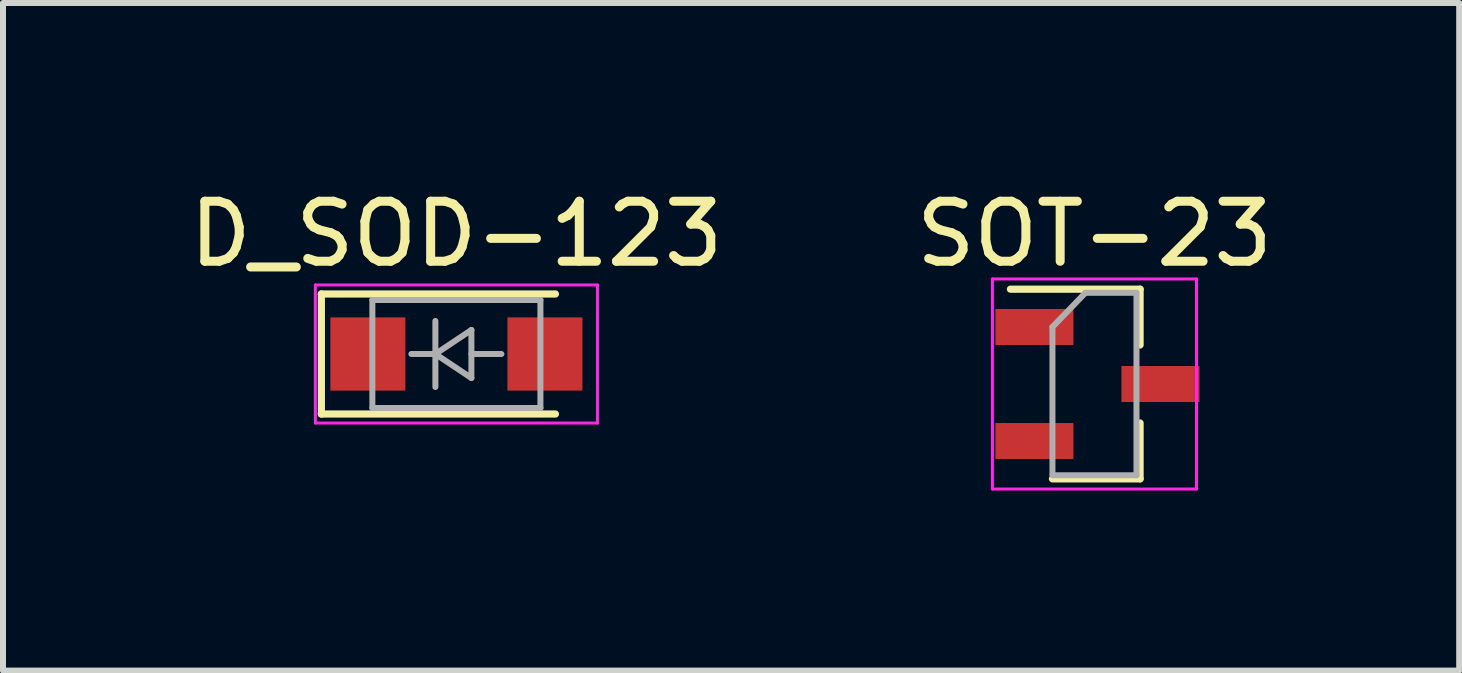
<source format=kicad_pcb>
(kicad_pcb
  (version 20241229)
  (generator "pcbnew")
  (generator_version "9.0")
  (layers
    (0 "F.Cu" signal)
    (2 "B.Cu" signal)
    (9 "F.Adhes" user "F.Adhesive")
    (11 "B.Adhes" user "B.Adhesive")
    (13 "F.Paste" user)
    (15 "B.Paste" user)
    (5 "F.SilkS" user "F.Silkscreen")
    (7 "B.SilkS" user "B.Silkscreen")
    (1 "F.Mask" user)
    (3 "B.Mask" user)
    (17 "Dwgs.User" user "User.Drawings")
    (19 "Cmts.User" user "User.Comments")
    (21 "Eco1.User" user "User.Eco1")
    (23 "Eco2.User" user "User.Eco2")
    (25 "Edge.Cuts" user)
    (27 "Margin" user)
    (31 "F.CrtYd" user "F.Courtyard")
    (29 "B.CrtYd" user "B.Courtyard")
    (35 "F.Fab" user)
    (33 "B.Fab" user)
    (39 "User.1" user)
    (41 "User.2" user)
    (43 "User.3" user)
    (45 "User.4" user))
  (footprint "SOT-23"
    (layer "F.Cu")
    (at 15.185 3.348)
    (property "Reference" "SOT-23" (at 0 -2.5 0) (layer "F.SilkS") (effects (font (size 1 1) (thickness 0.15))))
    (attr smd)
    (fp_line (start 0.76 -1.58) (end -1.4 -1.58) (stroke (width 0.12) (type solid)) (layer "F.SilkS"))
    (fp_line (start 0.76 -1.58) (end 0.76 -0.65) (stroke (width 0.12) (type solid)) (layer "F.SilkS"))
    (fp_line (start 0.76 1.58) (end -0.7 1.58) (stroke (width 0.12) (type solid)) (layer "F.SilkS"))
    (fp_line (start 0.76 1.58) (end 0.76 0.65) (stroke (width 0.12) (type solid)) (layer "F.SilkS"))
    (fp_line (start -1.7 -1.75) (end 1.7 -1.75) (stroke (width 0.05) (type solid)) (layer "F.CrtYd"))
    (fp_line (start -1.7 1.75) (end -1.7 -1.75) (stroke (width 0.05) (type solid)) (layer "F.CrtYd"))
    (fp_line (start 1.7 -1.75) (end 1.7 1.75) (stroke (width 0.05) (type solid)) (layer "F.CrtYd"))
    (fp_line (start 1.7 1.75) (end -1.7 1.75) (stroke (width 0.05) (type solid)) (layer "F.CrtYd"))
    (fp_line (start -0.7 -0.95) (end -0.7 1.5) (stroke (width 0.1) (type solid)) (layer "F.Fab"))
    (fp_line (start -0.7 -0.95) (end -0.15 -1.52) (stroke (width 0.1) (type solid)) (layer "F.Fab"))
    (fp_line (start -0.7 1.52) (end 0.7 1.52) (stroke (width 0.1) (type solid)) (layer "F.Fab"))
    (fp_line (start -0.15 -1.52) (end 0.7 -1.52) (stroke (width 0.1) (type solid)) (layer "F.Fab"))
    (fp_line (start 0.7 -1.52) (end 0.7 1.52) (stroke (width 0.1) (type solid)) (layer "F.Fab"))
    (pad "1" smd rect (at -1 -0.95) (size 1.3 0.6) (layers "F.Cu" "F.Mask" "F.Paste"))
    (pad "2" smd rect (at -1 0.95) (size 1.3 0.6) (layers "F.Cu" "F.Mask" "F.Paste"))
    (pad "3" smd rect (at 1.1 0) (size 1.3 0.6) (layers "F.Cu" "F.Mask" "F.Paste")))
  (footprint "D_SOD-123"
    (layer "F.Cu")
    (at 4.554 2.848)
    (property "Reference" "D_SOD-123" (at 0 -2 0) (layer "F.SilkS") (effects (font (size 1 1) (thickness 0.15))))
    (attr smd)
    (fp_line (start -2.25 -1) (end -2.25 1) (stroke (width 0.12) (type solid)) (layer "F.SilkS"))
    (fp_line (start -2.25 -1) (end 1.65 -1) (stroke (width 0.12) (type solid)) (layer "F.SilkS"))
    (fp_line (start -2.25 1) (end 1.65 1) (stroke (width 0.12) (type solid)) (layer "F.SilkS"))
    (fp_line (start -2.35 -1.15) (end -2.35 1.15) (stroke (width 0.05) (type solid)) (layer "F.CrtYd"))
    (fp_line (start -2.35 -1.15) (end 2.35 -1.15) (stroke (width 0.05) (type solid)) (layer "F.CrtYd"))
    (fp_line (start 2.35 -1.15) (end 2.35 1.15) (stroke (width 0.05) (type solid)) (layer "F.CrtYd"))
    (fp_line (start 2.35 1.15) (end -2.35 1.15) (stroke (width 0.05) (type solid)) (layer "F.CrtYd"))
    (fp_line (start -1.4 -0.9) (end 1.4 -0.9) (stroke (width 0.1) (type solid)) (layer "F.Fab"))
    (fp_line (start -1.4 0.9) (end -1.4 -0.9) (stroke (width 0.1) (type solid)) (layer "F.Fab"))
    (fp_line (start -0.75 0) (end -0.35 0) (stroke (width 0.1) (type solid)) (layer "F.Fab"))
    (fp_line (start -0.35 0) (end -0.35 -0.55) (stroke (width 0.1) (type solid)) (layer "F.Fab"))
    (fp_line (start -0.35 0) (end -0.35 0.55) (stroke (width 0.1) (type solid)) (layer "F.Fab"))
    (fp_line (start -0.35 0) (end 0.25 -0.4) (stroke (width 0.1) (type solid)) (layer "F.Fab"))
    (fp_line (start 0.25 -0.4) (end 0.25 0.4) (stroke (width 0.1) (type solid)) (layer "F.Fab"))
    (fp_line (start 0.25 0) (end 0.75 0) (stroke (width 0.1) (type solid)) (layer "F.Fab"))
    (fp_line (start 0.25 0.4) (end -0.35 0) (stroke (width 0.1) (type solid)) (layer "F.Fab"))
    (fp_line (start 1.4 -0.9) (end 1.4 0.9) (stroke (width 0.1) (type solid)) (layer "F.Fab"))
    (fp_line (start 1.4 0.9) (end -1.4 0.9) (stroke (width 0.1) (type solid)) (layer "F.Fab"))
    (pad "1" smd rect (at -1.475 0) (size 1.25 1.22) (layers "F.Cu" "F.Mask" "F.Paste"))
    (pad "2" smd rect (at 1.475 0) (size 1.25 1.22) (layers "F.Cu" "F.Mask" "F.Paste")))
  (gr_rect
    (start -3 -3)
    (end 21.262 8.123)
    (stroke (width 0.1) (type default))
    (fill no)
    (layer "Edge.Cuts")))
</source>
